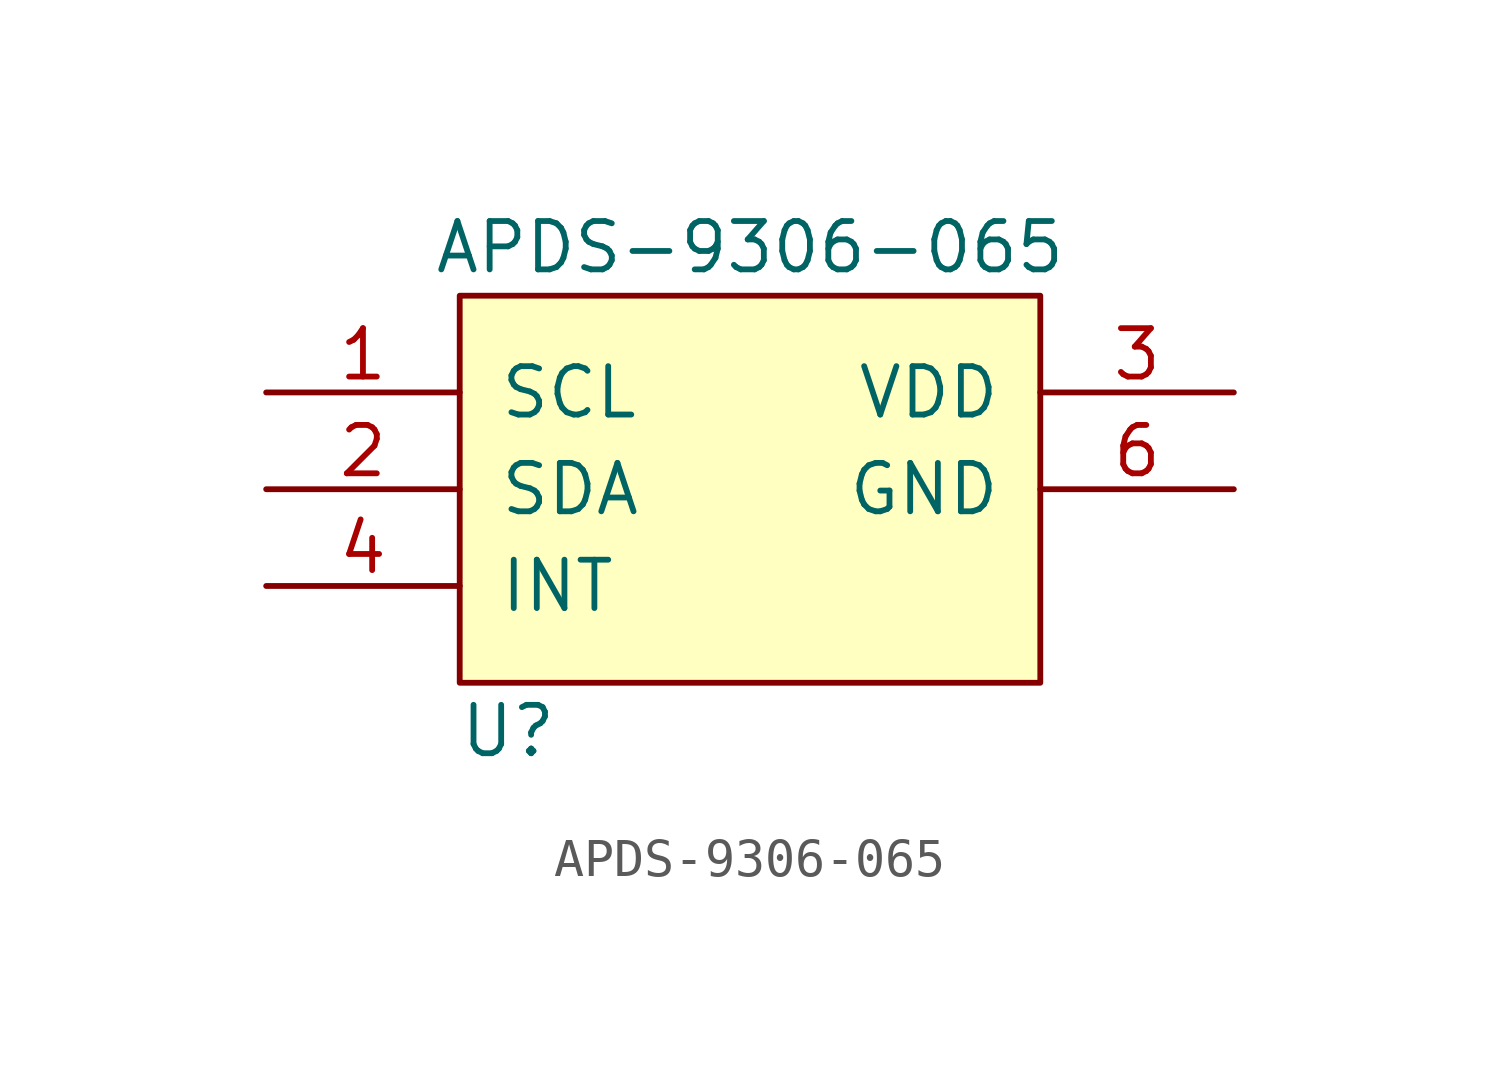
<source format=kicad_sym>
(kicad_symbol_lib
  (version 20211014)
  (generator kicad_symbol_editor)
  (symbol "APDS-9306-065"
    (pin_names
      (offset 1.016))
    (property "Reference" "U"
      (at -6.35 -6.35 0)
      (effects (font (size 1.27 1.27))))
    (property "Value" "APDS-9306-065"
      (at 0 6.35 0)
      (effects (font (size 1.27 1.27))))
    (symbol "APDS-9306-065_0_1"
      (rectangle (start -7.62 5.08) (end 7.62 -5.08) (stroke (width 0) (type default) (color 0 0 0 0)) (fill (type background))))
    (symbol "APDS-9306-065_1_1"
      (pin input line (at -12.7 2.54 0) (length 5.08) (name "SCL" (effects (font (size 1.27 1.27)))) (number "1" (effects (font (size 1.27 1.27)))))
      (pin input line (at -12.7 0 0) (length 5.08) (name "SDA" (effects (font (size 1.27 1.27)))) (number "2" (effects (font (size 1.27 1.27)))))
      (pin power_in line (at 12.7 2.54 180) (length 5.08) (name "VDD" (effects (font (size 1.27 1.27)))) (number "3" (effects (font (size 1.27 1.27)))))
      (pin open_collector line (at -12.7 -2.54 0) (length 5.08) (name "INT" (effects (font (size 1.27 1.27)))) (number "4" (effects (font (size 1.27 1.27)))))
      (pin no_connect line (at 12.7 -2.54 180) (length 5.08) hide (name "NC" (effects (font (size 1.27 1.27)))) (number "5" (effects (font (size 1.27 1.27)))))
      (pin power_in line (at 12.7 0 180) (length 5.08) (name "GND" (effects (font (size 1.27 1.27)))) (number "6" (effects (font (size 1.27 1.27))))))))
</source>
